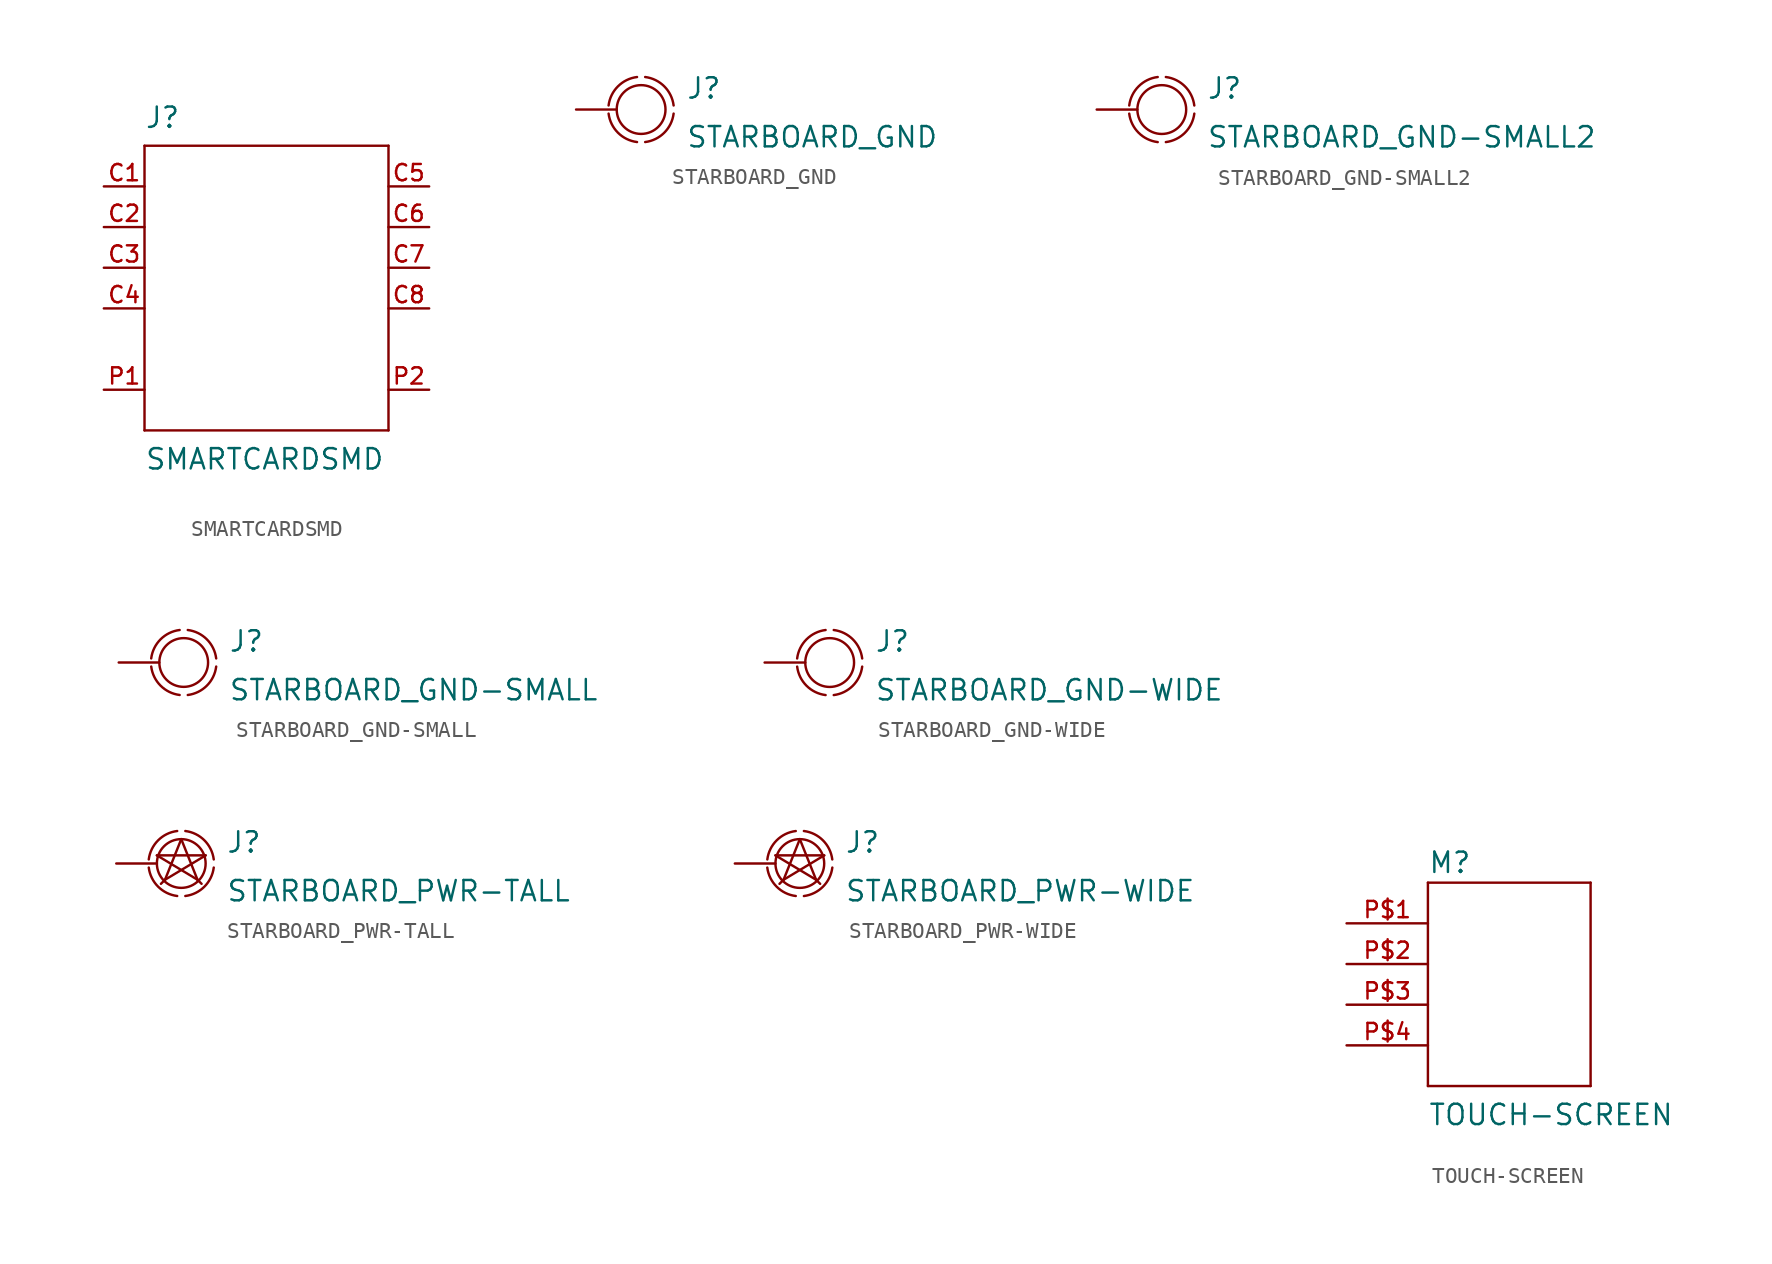
<source format=kicad_sym>
(kicad_symbol_lib
  (version 20211014)
  (generator kicad_symbol_editor)
  (symbol "SMARTCARDSMD"
    (pin_names
      (offset 1.016) hide)
    (property "Reference" "J"
      (at -7.62 8.636 0)
      (effects (font (size 1.27 1.27)) (justify left bottom)))
    (property "Value" "SMARTCARDSMD"
      (at -7.62 -12.7 0)
      (effects (font (size 1.27 1.27)) (justify left bottom)))
    (property "Datasheet" ""
      (at 0 0 0)
      (effects (font (size 1.524 1.524))))
    (property "ki_locked" ""
      (at 0 0 0)
      (effects (font (size 1.27 1.27))))
    (symbol "SMARTCARDSMD_1_0"
      (polyline (pts (xy -7.62 -10.16) (xy 7.62 -10.16)) (stroke (width 0) (type default) (color 0 0 0 0)) (fill (type none)))
      (polyline (pts (xy -7.62 7.62) (xy -7.62 -10.16)) (stroke (width 0) (type default) (color 0 0 0 0)) (fill (type none)))
      (polyline (pts (xy 7.62 -10.16) (xy 7.62 7.62)) (stroke (width 0) (type default) (color 0 0 0 0)) (fill (type none)))
      (polyline (pts (xy 7.62 7.62) (xy -7.62 7.62)) (stroke (width 0) (type default) (color 0 0 0 0)) (fill (type none))))
    (symbol "SMARTCARDSMD_1_1"
      (pin bidirectional line (at -10.16 5.08 0) (length 2.54) (name "VCC" (effects (font (size 1.016 1.016)))) (number "C1" (effects (font (size 1.016 1.016)))))
      (pin bidirectional line (at -10.16 2.54 0) (length 2.54) (name "RST" (effects (font (size 1.016 1.016)))) (number "C2" (effects (font (size 1.016 1.016)))))
      (pin bidirectional line (at -10.16 0 0) (length 2.54) (name "CLK" (effects (font (size 1.016 1.016)))) (number "C3" (effects (font (size 1.016 1.016)))))
      (pin bidirectional line (at -10.16 -2.54 0) (length 2.54) (name "C4" (effects (font (size 1.016 1.016)))) (number "C4" (effects (font (size 1.016 1.016)))))
      (pin bidirectional line (at 10.16 5.08 180) (length 2.54) (name "GND" (effects (font (size 1.016 1.016)))) (number "C5" (effects (font (size 1.016 1.016)))))
      (pin bidirectional line (at 10.16 2.54 180) (length 2.54) (name "VPP" (effects (font (size 1.016 1.016)))) (number "C6" (effects (font (size 1.016 1.016)))))
      (pin bidirectional line (at 10.16 0 180) (length 2.54) (name "I/O" (effects (font (size 1.016 1.016)))) (number "C7" (effects (font (size 1.016 1.016)))))
      (pin bidirectional line (at 10.16 -2.54 180) (length 2.54) (name "C8" (effects (font (size 1.016 1.016)))) (number "C8" (effects (font (size 1.016 1.016)))))
      (pin bidirectional line (at -10.16 -7.62 0) (length 2.54) (name "SW1" (effects (font (size 1.016 1.016)))) (number "P1" (effects (font (size 1.016 1.016)))))
      (pin bidirectional line (at 10.16 -7.62 180) (length 2.54) (name "SW2" (effects (font (size 1.016 1.016)))) (number "P2" (effects (font (size 1.016 1.016)))))))
  (symbol "STARBOARD_GND"
    (pin_numbers hide)
    (pin_names
      (offset 1.016) hide)
    (property "Reference" "J"
      (at 1.778 0.584 0)
      (effects (font (size 1.27 1.27)) (justify left bottom)))
    (property "Value" "STARBOARD_GND"
      (at 1.778 -2.464 0)
      (effects (font (size 1.27 1.27)) (justify left bottom)))
    (property "Datasheet" ""
      (at 0 0 0)
      (effects (font (size 1.524 1.524))))
    (property "ki_locked" ""
      (at 0 0 0)
      (effects (font (size 1.27 1.27))))
    (symbol "STARBOARD_GND_1_1"
      (arc (start -3.048 -0.254) (mid -2.464 -1.448) (end -1.27 -2.032) (stroke (width 0) (type default) (color 0 0 0 0)) (fill (type none)))
      (arc (start -1.27 2.032) (mid -2.464 1.448) (end -3.048 0.254) (stroke (width 0) (type default) (color 0 0 0 0)) (fill (type none)))
      (circle (center -1.016 0) (radius 1.524) (stroke (width 0) (type default) (color 0 0 0 0)) (fill (type none)))
      (arc (start -0.762 -2.032) (mid 0.432 -1.448) (end 1.016 -0.254) (stroke (width 0) (type default) (color 0 0 0 0)) (fill (type none)))
      (arc (start 1.016 0.254) (mid 0.432 1.448) (end -0.762 2.032) (stroke (width 0) (type default) (color 0 0 0 0)) (fill (type none)))
      (pin passive line (at -5.08 0 0) (length 2.54) (name "MOUNT" (effects (font (size 1.016 1.016)))) (number "GROU" (effects (font (size 1.016 1.016)))))))
  (symbol "STARBOARD_GND-SMALL2"
    (pin_numbers hide)
    (pin_names
      (offset 1.016) hide)
    (property "Reference" "J"
      (at 1.778 0.584 0)
      (effects (font (size 1.27 1.27)) (justify left bottom)))
    (property "Value" "STARBOARD_GND-SMALL2"
      (at 1.778 -2.464 0)
      (effects (font (size 1.27 1.27)) (justify left bottom)))
    (property "Datasheet" ""
      (at 0 0 0)
      (effects (font (size 1.524 1.524))))
    (property "ki_locked" ""
      (at 0 0 0)
      (effects (font (size 1.27 1.27))))
    (symbol "STARBOARD_GND-SMALL2_1_1"
      (arc (start -3.048 -0.254) (mid -2.464 -1.448) (end -1.27 -2.032) (stroke (width 0) (type default) (color 0 0 0 0)) (fill (type none)))
      (arc (start -1.27 2.032) (mid -2.464 1.448) (end -3.048 0.254) (stroke (width 0) (type default) (color 0 0 0 0)) (fill (type none)))
      (circle (center -1.016 0) (radius 1.524) (stroke (width 0) (type default) (color 0 0 0 0)) (fill (type none)))
      (arc (start -0.762 -2.032) (mid 0.432 -1.448) (end 1.016 -0.254) (stroke (width 0) (type default) (color 0 0 0 0)) (fill (type none)))
      (arc (start 1.016 0.254) (mid 0.432 1.448) (end -0.762 2.032) (stroke (width 0) (type default) (color 0 0 0 0)) (fill (type none)))
      (pin passive line (at -5.08 0 0) (length 2.54) (name "MOUNT" (effects (font (size 1.016 1.016)))) (number "GROU" (effects (font (size 1.016 1.016)))))))
  (symbol "STARBOARD_GND-SMALL"
    (pin_numbers hide)
    (pin_names
      (offset 1.016) hide)
    (property "Reference" "J"
      (at 1.778 0.584 0)
      (effects (font (size 1.27 1.27)) (justify left bottom)))
    (property "Value" "STARBOARD_GND-SMALL"
      (at 1.778 -2.464 0)
      (effects (font (size 1.27 1.27)) (justify left bottom)))
    (property "Datasheet" ""
      (at 0 0 0)
      (effects (font (size 1.524 1.524))))
    (property "ki_locked" ""
      (at 0 0 0)
      (effects (font (size 1.27 1.27))))
    (symbol "STARBOARD_GND-SMALL_1_1"
      (arc (start -3.048 -0.254) (mid -2.464 -1.448) (end -1.27 -2.032) (stroke (width 0) (type default) (color 0 0 0 0)) (fill (type none)))
      (arc (start -1.27 2.032) (mid -2.464 1.448) (end -3.048 0.254) (stroke (width 0) (type default) (color 0 0 0 0)) (fill (type none)))
      (circle (center -1.016 0) (radius 1.524) (stroke (width 0) (type default) (color 0 0 0 0)) (fill (type none)))
      (arc (start -0.762 -2.032) (mid 0.432 -1.448) (end 1.016 -0.254) (stroke (width 0) (type default) (color 0 0 0 0)) (fill (type none)))
      (arc (start 1.016 0.254) (mid 0.432 1.448) (end -0.762 2.032) (stroke (width 0) (type default) (color 0 0 0 0)) (fill (type none)))
      (pin passive line (at -5.08 0 0) (length 2.54) (name "MOUNT" (effects (font (size 1.016 1.016)))) (number "GROU" (effects (font (size 1.016 1.016)))))))
  (symbol "STARBOARD_GND-WIDE"
    (pin_numbers hide)
    (pin_names
      (offset 1.016) hide)
    (property "Reference" "J"
      (at 1.778 0.584 0)
      (effects (font (size 1.27 1.27)) (justify left bottom)))
    (property "Value" "STARBOARD_GND-WIDE"
      (at 1.778 -2.464 0)
      (effects (font (size 1.27 1.27)) (justify left bottom)))
    (property "Datasheet" ""
      (at 0 0 0)
      (effects (font (size 1.524 1.524))))
    (property "ki_locked" ""
      (at 0 0 0)
      (effects (font (size 1.27 1.27))))
    (symbol "STARBOARD_GND-WIDE_1_1"
      (arc (start -3.048 -0.254) (mid -2.464 -1.448) (end -1.27 -2.032) (stroke (width 0) (type default) (color 0 0 0 0)) (fill (type none)))
      (arc (start -1.27 2.032) (mid -2.464 1.448) (end -3.048 0.254) (stroke (width 0) (type default) (color 0 0 0 0)) (fill (type none)))
      (circle (center -1.016 0) (radius 1.524) (stroke (width 0) (type default) (color 0 0 0 0)) (fill (type none)))
      (arc (start -0.762 -2.032) (mid 0.432 -1.448) (end 1.016 -0.254) (stroke (width 0) (type default) (color 0 0 0 0)) (fill (type none)))
      (arc (start 1.016 0.254) (mid 0.432 1.448) (end -0.762 2.032) (stroke (width 0) (type default) (color 0 0 0 0)) (fill (type none)))
      (pin passive line (at -5.08 0 0) (length 2.54) (name "MOUNT" (effects (font (size 1.016 1.016)))) (number "GROU" (effects (font (size 1.016 1.016)))))))
  (symbol "STARBOARD_PWR-TALL"
    (pin_numbers hide)
    (pin_names
      (offset 1.016) hide)
    (property "Reference" "J"
      (at 1.778 0.584 0)
      (effects (font (size 1.27 1.27)) (justify left bottom)))
    (property "Value" "STARBOARD_PWR-TALL"
      (at 1.778 -2.464 0)
      (effects (font (size 1.27 1.27)) (justify left bottom)))
    (property "Datasheet" ""
      (at 0 0 0)
      (effects (font (size 1.524 1.524))))
    (property "ki_locked" ""
      (at 0 0 0)
      (effects (font (size 1.27 1.27))))
    (symbol "STARBOARD_PWR-TALL_1_0"
      (polyline (pts (xy -2.54 0.508) (xy 0 -1.016)) (stroke (width 0) (type default) (color 0 0 0 0)) (fill (type none)))
      (polyline (pts (xy -2.286 -1.27) (xy -2.032 -1.016)) (stroke (width 0) (type default) (color 0 0 0 0)) (fill (type none)))
      (polyline (pts (xy -2.032 -1.016) (xy 0.508 0.508)) (stroke (width 0) (type default) (color 0 0 0 0)) (fill (type none)))
      (polyline (pts (xy -1.016 1.524) (xy -2.032 -1.016)) (stroke (width 0) (type default) (color 0 0 0 0)) (fill (type none)))
      (polyline (pts (xy 0 -1.016) (xy -1.016 1.524)) (stroke (width 0) (type default) (color 0 0 0 0)) (fill (type none)))
      (polyline (pts (xy 0 -1.016) (xy 0.254 -1.27)) (stroke (width 0) (type default) (color 0 0 0 0)) (fill (type none)))
      (polyline (pts (xy 0.508 0.508) (xy -2.54 0.508)) (stroke (width 0) (type default) (color 0 0 0 0)) (fill (type none))))
    (symbol "STARBOARD_PWR-TALL_1_1"
      (arc (start -3.048 -0.254) (mid -2.464 -1.448) (end -1.27 -2.032) (stroke (width 0) (type default) (color 0 0 0 0)) (fill (type none)))
      (arc (start -1.27 2.032) (mid -2.464 1.448) (end -3.048 0.254) (stroke (width 0) (type default) (color 0 0 0 0)) (fill (type none)))
      (circle (center -1.016 0) (radius 1.524) (stroke (width 0) (type default) (color 0 0 0 0)) (fill (type none)))
      (arc (start -0.762 -2.032) (mid 0.432 -1.448) (end 1.016 -0.254) (stroke (width 0) (type default) (color 0 0 0 0)) (fill (type none)))
      (arc (start 1.016 0.254) (mid 0.432 1.448) (end -0.762 2.032) (stroke (width 0) (type default) (color 0 0 0 0)) (fill (type none)))
      (pin passive line (at -5.08 0 0) (length 2.54) (name "MOUNT" (effects (font (size 1.016 1.016)))) (number "PWR" (effects (font (size 1.016 1.016)))))))
  (symbol "STARBOARD_PWR-WIDE"
    (pin_numbers hide)
    (pin_names
      (offset 1.016) hide)
    (property "Reference" "J"
      (at 1.778 0.584 0)
      (effects (font (size 1.27 1.27)) (justify left bottom)))
    (property "Value" "STARBOARD_PWR-WIDE"
      (at 1.778 -2.464 0)
      (effects (font (size 1.27 1.27)) (justify left bottom)))
    (property "Datasheet" ""
      (at 0 0 0)
      (effects (font (size 1.524 1.524))))
    (property "ki_locked" ""
      (at 0 0 0)
      (effects (font (size 1.27 1.27))))
    (symbol "STARBOARD_PWR-WIDE_1_0"
      (polyline (pts (xy -2.54 0.508) (xy 0 -1.016)) (stroke (width 0) (type default) (color 0 0 0 0)) (fill (type none)))
      (polyline (pts (xy -2.286 -1.27) (xy -2.032 -1.016)) (stroke (width 0) (type default) (color 0 0 0 0)) (fill (type none)))
      (polyline (pts (xy -2.032 -1.016) (xy 0.508 0.508)) (stroke (width 0) (type default) (color 0 0 0 0)) (fill (type none)))
      (polyline (pts (xy -1.016 1.524) (xy -2.032 -1.016)) (stroke (width 0) (type default) (color 0 0 0 0)) (fill (type none)))
      (polyline (pts (xy 0 -1.016) (xy -1.016 1.524)) (stroke (width 0) (type default) (color 0 0 0 0)) (fill (type none)))
      (polyline (pts (xy 0 -1.016) (xy 0.254 -1.27)) (stroke (width 0) (type default) (color 0 0 0 0)) (fill (type none)))
      (polyline (pts (xy 0.508 0.508) (xy -2.54 0.508)) (stroke (width 0) (type default) (color 0 0 0 0)) (fill (type none))))
    (symbol "STARBOARD_PWR-WIDE_1_1"
      (arc (start -3.048 -0.254) (mid -2.464 -1.448) (end -1.27 -2.032) (stroke (width 0) (type default) (color 0 0 0 0)) (fill (type none)))
      (arc (start -1.27 2.032) (mid -2.464 1.448) (end -3.048 0.254) (stroke (width 0) (type default) (color 0 0 0 0)) (fill (type none)))
      (circle (center -1.016 0) (radius 1.524) (stroke (width 0) (type default) (color 0 0 0 0)) (fill (type none)))
      (arc (start -0.762 -2.032) (mid 0.432 -1.448) (end 1.016 -0.254) (stroke (width 0) (type default) (color 0 0 0 0)) (fill (type none)))
      (arc (start 1.016 0.254) (mid 0.432 1.448) (end -0.762 2.032) (stroke (width 0) (type default) (color 0 0 0 0)) (fill (type none)))
      (pin passive line (at -5.08 0 0) (length 2.54) (name "MOUNT" (effects (font (size 1.016 1.016)))) (number "GROU" (effects (font (size 1.016 1.016)))))))
  (symbol "TOUCH-SCREEN"
    (pin_names
      (offset 1.016) hide)
    (property "Reference" "M"
      (at -5.08 8.128 0)
      (effects (font (size 1.27 1.27)) (justify left bottom)))
    (property "Value" "TOUCH-SCREEN"
      (at -5.08 -7.62 0)
      (effects (font (size 1.27 1.27)) (justify left bottom)))
    (property "Datasheet" ""
      (at 0 0 0)
      (effects (font (size 1.524 1.524))))
    (property "ki_locked" ""
      (at 0 0 0)
      (effects (font (size 1.27 1.27))))
    (symbol "TOUCH-SCREEN_1_0"
      (polyline (pts (xy -5.08 -5.08) (xy 5.08 -5.08)) (stroke (width 0) (type default) (color 0 0 0 0)) (fill (type none)))
      (polyline (pts (xy -5.08 7.62) (xy -5.08 -5.08)) (stroke (width 0) (type default) (color 0 0 0 0)) (fill (type none)))
      (polyline (pts (xy 5.08 -5.08) (xy 5.08 7.62)) (stroke (width 0) (type default) (color 0 0 0 0)) (fill (type none)))
      (polyline (pts (xy 5.08 7.62) (xy -5.08 7.62)) (stroke (width 0) (type default) (color 0 0 0 0)) (fill (type none))))
    (symbol "TOUCH-SCREEN_1_1"
      (pin bidirectional line (at -10.16 5.08 0) (length 5.08) (name "TS4" (effects (font (size 1.016 1.016)))) (number "P$1" (effects (font (size 1.016 1.016)))))
      (pin bidirectional line (at -10.16 2.54 0) (length 5.08) (name "TS3" (effects (font (size 1.016 1.016)))) (number "P$2" (effects (font (size 1.016 1.016)))))
      (pin bidirectional line (at -10.16 0 0) (length 5.08) (name "TS2" (effects (font (size 1.016 1.016)))) (number "P$3" (effects (font (size 1.016 1.016)))))
      (pin bidirectional line (at -10.16 -2.54 0) (length 5.08) (name "TS1" (effects (font (size 1.016 1.016)))) (number "P$4" (effects (font (size 1.016 1.016))))))))
</source>
